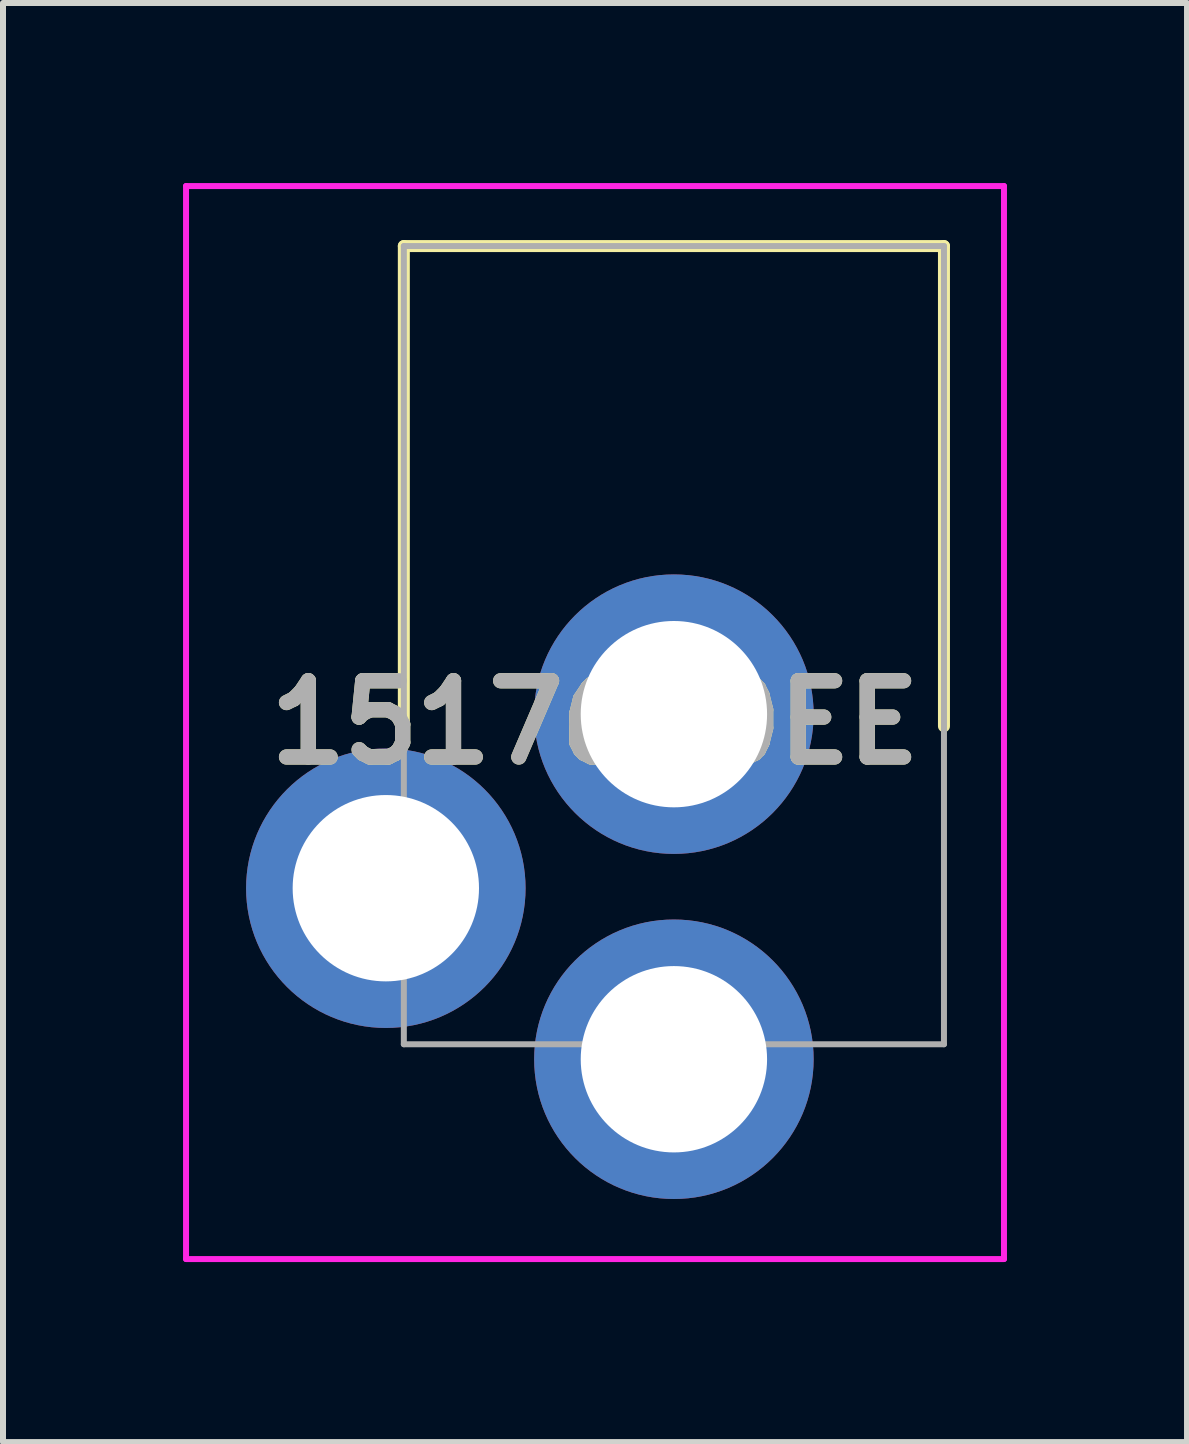
<source format=kicad_pcb>
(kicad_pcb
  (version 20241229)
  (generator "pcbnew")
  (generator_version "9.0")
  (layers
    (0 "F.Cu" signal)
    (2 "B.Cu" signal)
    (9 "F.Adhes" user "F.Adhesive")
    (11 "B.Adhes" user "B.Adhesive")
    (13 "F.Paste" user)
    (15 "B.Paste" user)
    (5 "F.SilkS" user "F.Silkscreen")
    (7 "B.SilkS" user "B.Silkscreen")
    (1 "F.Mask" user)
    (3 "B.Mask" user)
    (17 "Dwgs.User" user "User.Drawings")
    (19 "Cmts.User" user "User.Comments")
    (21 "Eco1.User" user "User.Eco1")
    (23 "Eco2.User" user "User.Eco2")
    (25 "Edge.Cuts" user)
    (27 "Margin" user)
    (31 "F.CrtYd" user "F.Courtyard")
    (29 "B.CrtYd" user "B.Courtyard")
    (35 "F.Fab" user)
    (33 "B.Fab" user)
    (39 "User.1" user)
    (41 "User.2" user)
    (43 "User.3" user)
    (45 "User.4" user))
  (footprint "1517620EE"
    (layer "F.Cu")
    (at 8.179 14.6)
    (property "Reference" "1517620EE" (at -1.314 -5.611 0) (layer "F.SilkS") (effects (font (size 1.27 1.27) (thickness 0.254))))
    (attr through_hole)
    (fp_line (start -4.5 -13.55) (end -4.5 -5.55) (stroke (width 0.2) (type solid)) (layer "F.SilkS"))
    (fp_line (start 4.5 -13.55) (end -4.5 -13.55) (stroke (width 0.2) (type solid)) (layer "F.SilkS"))
    (fp_line (start 4.5 -5.55) (end 4.5 -13.55) (stroke (width 0.2) (type solid)) (layer "F.SilkS"))
    (fp_line (start -8.129 -14.55) (end -8.129 3.329) (stroke (width 0.1) (type solid)) (layer "F.CrtYd"))
    (fp_line (start -8.129 3.329) (end 5.5 3.329) (stroke (width 0.1) (type solid)) (layer "F.CrtYd"))
    (fp_line (start 5.5 -14.55) (end -8.129 -14.55) (stroke (width 0.1) (type solid)) (layer "F.CrtYd"))
    (fp_line (start 5.5 3.329) (end 5.5 -14.55) (stroke (width 0.1) (type solid)) (layer "F.CrtYd"))
    (fp_line (start -4.5 -13.55) (end -4.5 -0.25) (stroke (width 0.1) (type solid)) (layer "F.Fab"))
    (fp_line (start -4.5 -0.25) (end 4.5 -0.25) (stroke (width 0.1) (type solid)) (layer "F.Fab"))
    (fp_line (start 4.5 -13.55) (end -4.5 -13.55) (stroke (width 0.1) (type solid)) (layer "F.Fab"))
    (fp_line (start 4.5 -0.25) (end 4.5 -13.55) (stroke (width 0.1) (type solid)) (layer "F.Fab"))
    (fp_text user "${REFERENCE}" (at -1.314 -5.611 0) (layer "F.Fab") (effects (font (size 1.27 1.27) (thickness 0.254))))
    (pad "1" thru_hole circle (at 0 0) (size 4.657 4.657) (drill 3.105) (layers "*.Cu" "*.Mask"))
    (pad "2" thru_hole circle (at -4.8 -2.85) (size 4.657 4.657) (drill 3.105) (layers "*.Cu" "*.Mask"))
    (pad "3" thru_hole circle (at 0 -5.75) (size 4.657 4.657) (drill 3.105) (layers "*.Cu" "*.Mask")))
  (gr_rect
    (start -3 -3)
    (end 16.729 20.979)
    (stroke (width 0.1) (type default))
    (fill no)
    (layer "Edge.Cuts")))
</source>
